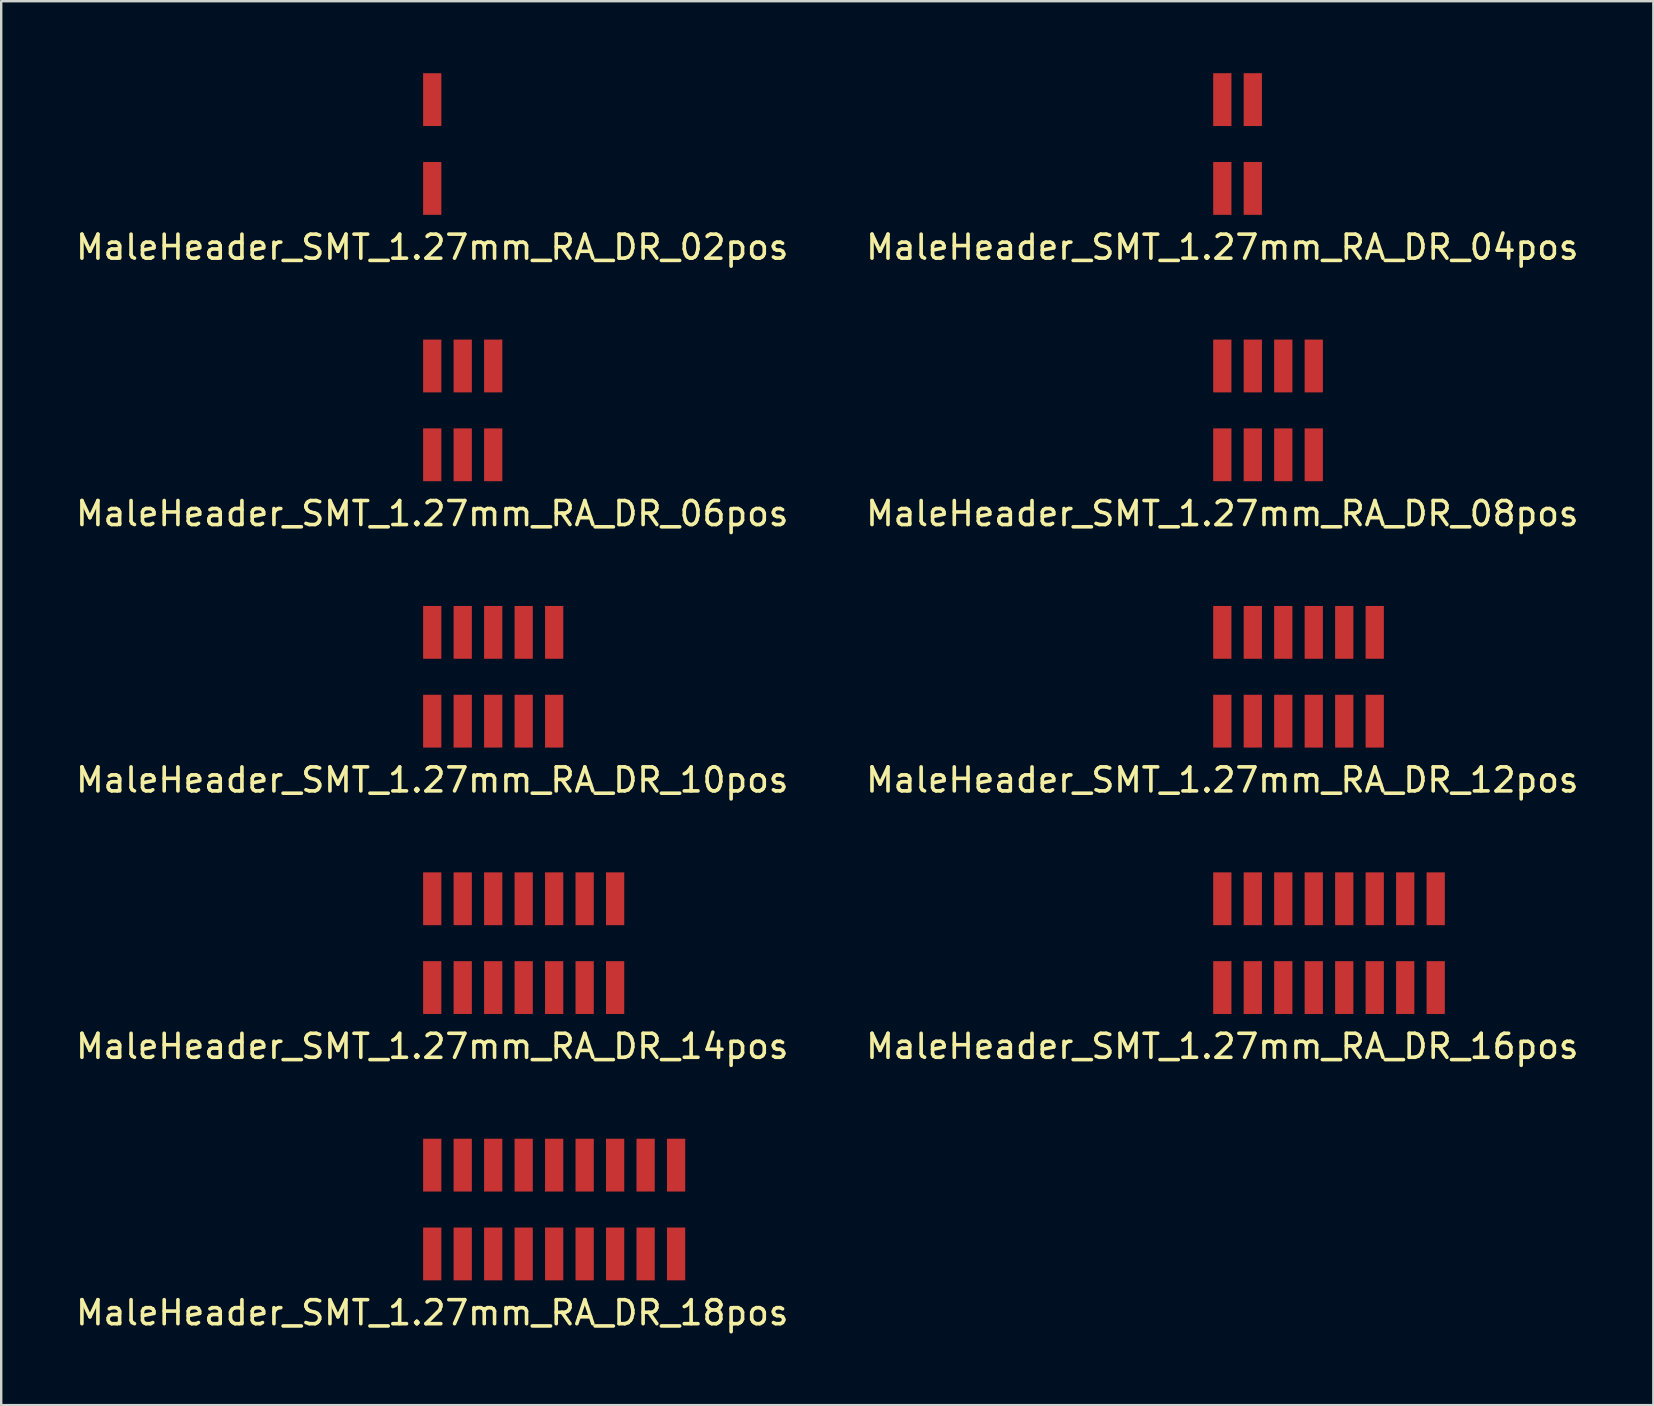
<source format=kicad_pcb>
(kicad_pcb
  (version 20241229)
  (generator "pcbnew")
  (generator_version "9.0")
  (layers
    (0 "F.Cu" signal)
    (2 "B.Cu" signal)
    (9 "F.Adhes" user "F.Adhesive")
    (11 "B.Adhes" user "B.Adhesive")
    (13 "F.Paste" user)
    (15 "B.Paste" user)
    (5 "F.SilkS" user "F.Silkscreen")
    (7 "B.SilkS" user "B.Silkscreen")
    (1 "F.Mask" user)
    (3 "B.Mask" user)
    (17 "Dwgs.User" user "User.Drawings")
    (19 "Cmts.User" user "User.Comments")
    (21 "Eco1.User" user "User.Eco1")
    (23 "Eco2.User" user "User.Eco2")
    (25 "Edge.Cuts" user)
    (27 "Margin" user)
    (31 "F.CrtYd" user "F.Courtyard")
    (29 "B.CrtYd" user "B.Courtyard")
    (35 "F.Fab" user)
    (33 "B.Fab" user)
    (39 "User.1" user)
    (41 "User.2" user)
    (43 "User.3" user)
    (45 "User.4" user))
  (footprint "MaleHeader_SMT_1.27mm_RA_DR_12pos"
    (layer "F.Cu")
    (at 47.875 25.146)
    (property "Reference" "MaleHeader_SMT_1.27mm_RA_DR_12pos" (at 0 4.3 0) (layer "F.SilkS") (effects (font (size 1 1) (thickness 0.15))))
    (attr through_hole)
    (pad "1" smd rect (at 0 -1.85) (size 0.76 2.2) (layers "F.Cu" "F.Mask" "F.Paste"))
    (pad "2" smd rect (at 0 1.85) (size 0.76 2.2) (layers "F.Cu" "F.Mask" "F.Paste"))
    (pad "3" smd rect (at 1.27 -1.85) (size 0.76 2.2) (layers "F.Cu" "F.Mask" "F.Paste"))
    (pad "4" smd rect (at 1.27 1.85) (size 0.76 2.2) (layers "F.Cu" "F.Mask" "F.Paste"))
    (pad "5" smd rect (at 2.54 -1.85) (size 0.76 2.2) (layers "F.Cu" "F.Mask" "F.Paste"))
    (pad "6" smd rect (at 2.54 1.85) (size 0.76 2.2) (layers "F.Cu" "F.Mask" "F.Paste"))
    (pad "7" smd rect (at 3.81 -1.85) (size 0.76 2.2) (layers "F.Cu" "F.Mask" "F.Paste"))
    (pad "8" smd rect (at 3.81 1.85) (size 0.76 2.2) (layers "F.Cu" "F.Mask" "F.Paste"))
    (pad "9" smd rect (at 5.08 -1.85) (size 0.76 2.2) (layers "F.Cu" "F.Mask" "F.Paste"))
    (pad "10" smd rect (at 5.08 1.85) (size 0.76 2.2) (layers "F.Cu" "F.Mask" "F.Paste"))
    (pad "11" smd rect (at 6.35 -1.85) (size 0.76 2.2) (layers "F.Cu" "F.Mask" "F.Paste"))
    (pad "12" smd rect (at 6.35 1.85) (size 0.76 2.2) (layers "F.Cu" "F.Mask" "F.Paste")))
  (footprint "MaleHeader_SMT_1.27mm_RA_DR_18pos"
    (layer "F.Cu")
    (at 14.958 47.343)
    (property "Reference" "MaleHeader_SMT_1.27mm_RA_DR_18pos" (at 0 4.3 0) (layer "F.SilkS") (effects (font (size 1 1) (thickness 0.15))))
    (attr through_hole)
    (pad "1" smd rect (at 0 -1.85) (size 0.76 2.2) (layers "F.Cu" "F.Mask" "F.Paste"))
    (pad "2" smd rect (at 0 1.85) (size 0.76 2.2) (layers "F.Cu" "F.Mask" "F.Paste"))
    (pad "3" smd rect (at 1.27 -1.85) (size 0.76 2.2) (layers "F.Cu" "F.Mask" "F.Paste"))
    (pad "4" smd rect (at 1.27 1.85) (size 0.76 2.2) (layers "F.Cu" "F.Mask" "F.Paste"))
    (pad "5" smd rect (at 2.54 -1.85) (size 0.76 2.2) (layers "F.Cu" "F.Mask" "F.Paste"))
    (pad "6" smd rect (at 2.54 1.85) (size 0.76 2.2) (layers "F.Cu" "F.Mask" "F.Paste"))
    (pad "7" smd rect (at 3.81 -1.85) (size 0.76 2.2) (layers "F.Cu" "F.Mask" "F.Paste"))
    (pad "8" smd rect (at 3.81 1.85) (size 0.76 2.2) (layers "F.Cu" "F.Mask" "F.Paste"))
    (pad "9" smd rect (at 5.08 -1.85) (size 0.76 2.2) (layers "F.Cu" "F.Mask" "F.Paste"))
    (pad "10" smd rect (at 5.08 1.85) (size 0.76 2.2) (layers "F.Cu" "F.Mask" "F.Paste"))
    (pad "11" smd rect (at 6.35 -1.85) (size 0.76 2.2) (layers "F.Cu" "F.Mask" "F.Paste"))
    (pad "12" smd rect (at 6.35 1.85) (size 0.76 2.2) (layers "F.Cu" "F.Mask" "F.Paste"))
    (pad "13" smd rect (at 7.62 -1.85) (size 0.76 2.2) (layers "F.Cu" "F.Mask" "F.Paste"))
    (pad "14" smd rect (at 7.62 1.85) (size 0.76 2.2) (layers "F.Cu" "F.Mask" "F.Paste"))
    (pad "15" smd rect (at 8.89 -1.85) (size 0.76 2.2) (layers "F.Cu" "F.Mask" "F.Paste"))
    (pad "16" smd rect (at 8.89 1.85) (size 0.76 2.2) (layers "F.Cu" "F.Mask" "F.Paste"))
    (pad "17" smd rect (at 10.16 -1.85) (size 0.76 2.2) (layers "F.Cu" "F.Mask" "F.Paste"))
    (pad "18" smd rect (at 10.16 1.85) (size 0.76 2.2) (layers "F.Cu" "F.Mask" "F.Paste")))
  (footprint "MaleHeader_SMT_1.27mm_RA_DR_16pos"
    (layer "F.Cu")
    (at 47.875 36.245)
    (property "Reference" "MaleHeader_SMT_1.27mm_RA_DR_16pos" (at 0 4.3 0) (layer "F.SilkS") (effects (font (size 1 1) (thickness 0.15))))
    (attr through_hole)
    (pad "1" smd rect (at 0 -1.85) (size 0.76 2.2) (layers "F.Cu" "F.Mask" "F.Paste"))
    (pad "2" smd rect (at 0 1.85) (size 0.76 2.2) (layers "F.Cu" "F.Mask" "F.Paste"))
    (pad "3" smd rect (at 1.27 -1.85) (size 0.76 2.2) (layers "F.Cu" "F.Mask" "F.Paste"))
    (pad "4" smd rect (at 1.27 1.85) (size 0.76 2.2) (layers "F.Cu" "F.Mask" "F.Paste"))
    (pad "5" smd rect (at 2.54 -1.85) (size 0.76 2.2) (layers "F.Cu" "F.Mask" "F.Paste"))
    (pad "6" smd rect (at 2.54 1.85) (size 0.76 2.2) (layers "F.Cu" "F.Mask" "F.Paste"))
    (pad "7" smd rect (at 3.81 -1.85) (size 0.76 2.2) (layers "F.Cu" "F.Mask" "F.Paste"))
    (pad "8" smd rect (at 3.81 1.85) (size 0.76 2.2) (layers "F.Cu" "F.Mask" "F.Paste"))
    (pad "9" smd rect (at 5.08 -1.85) (size 0.76 2.2) (layers "F.Cu" "F.Mask" "F.Paste"))
    (pad "10" smd rect (at 5.08 1.85) (size 0.76 2.2) (layers "F.Cu" "F.Mask" "F.Paste"))
    (pad "11" smd rect (at 6.35 -1.85) (size 0.76 2.2) (layers "F.Cu" "F.Mask" "F.Paste"))
    (pad "12" smd rect (at 6.35 1.85) (size 0.76 2.2) (layers "F.Cu" "F.Mask" "F.Paste"))
    (pad "13" smd rect (at 7.62 -1.85) (size 0.76 2.2) (layers "F.Cu" "F.Mask" "F.Paste"))
    (pad "14" smd rect (at 7.62 1.85) (size 0.76 2.2) (layers "F.Cu" "F.Mask" "F.Paste"))
    (pad "15" smd rect (at 8.89 -1.85) (size 0.76 2.2) (layers "F.Cu" "F.Mask" "F.Paste"))
    (pad "16" smd rect (at 8.89 1.85) (size 0.76 2.2) (layers "F.Cu" "F.Mask" "F.Paste")))
  (footprint "MaleHeader_SMT_1.27mm_RA_DR_10pos"
    (layer "F.Cu")
    (at 14.958 25.146)
    (property "Reference" "MaleHeader_SMT_1.27mm_RA_DR_10pos" (at 0 4.3 0) (layer "F.SilkS") (effects (font (size 1 1) (thickness 0.15))))
    (attr through_hole)
    (pad "1" smd rect (at 0 -1.85) (size 0.76 2.2) (layers "F.Cu" "F.Mask" "F.Paste"))
    (pad "2" smd rect (at 0 1.85) (size 0.76 2.2) (layers "F.Cu" "F.Mask" "F.Paste"))
    (pad "3" smd rect (at 1.27 -1.85) (size 0.76 2.2) (layers "F.Cu" "F.Mask" "F.Paste"))
    (pad "4" smd rect (at 1.27 1.85) (size 0.76 2.2) (layers "F.Cu" "F.Mask" "F.Paste"))
    (pad "5" smd rect (at 2.54 -1.85) (size 0.76 2.2) (layers "F.Cu" "F.Mask" "F.Paste"))
    (pad "6" smd rect (at 2.54 1.85) (size 0.76 2.2) (layers "F.Cu" "F.Mask" "F.Paste"))
    (pad "7" smd rect (at 3.81 -1.85) (size 0.76 2.2) (layers "F.Cu" "F.Mask" "F.Paste"))
    (pad "8" smd rect (at 3.81 1.85) (size 0.76 2.2) (layers "F.Cu" "F.Mask" "F.Paste"))
    (pad "9" smd rect (at 5.08 -1.85) (size 0.76 2.2) (layers "F.Cu" "F.Mask" "F.Paste"))
    (pad "10" smd rect (at 5.08 1.85) (size 0.76 2.2) (layers "F.Cu" "F.Mask" "F.Paste")))
  (footprint "MaleHeader_SMT_1.27mm_RA_DR_06pos"
    (layer "F.Cu")
    (at 14.958 14.048)
    (property "Reference" "MaleHeader_SMT_1.27mm_RA_DR_06pos" (at 0 4.3 0) (layer "F.SilkS") (effects (font (size 1 1) (thickness 0.15))))
    (attr through_hole)
    (pad "1" smd rect (at 0 -1.85) (size 0.76 2.2) (layers "F.Cu" "F.Mask" "F.Paste"))
    (pad "2" smd rect (at 0 1.85) (size 0.76 2.2) (layers "F.Cu" "F.Mask" "F.Paste"))
    (pad "3" smd rect (at 1.27 -1.85) (size 0.76 2.2) (layers "F.Cu" "F.Mask" "F.Paste"))
    (pad "4" smd rect (at 1.27 1.85) (size 0.76 2.2) (layers "F.Cu" "F.Mask" "F.Paste"))
    (pad "5" smd rect (at 2.54 -1.85) (size 0.76 2.2) (layers "F.Cu" "F.Mask" "F.Paste"))
    (pad "6" smd rect (at 2.54 1.85) (size 0.76 2.2) (layers "F.Cu" "F.Mask" "F.Paste")))
  (footprint "MaleHeader_SMT_1.27mm_RA_DR_08pos"
    (layer "F.Cu")
    (at 47.875 14.048)
    (property "Reference" "MaleHeader_SMT_1.27mm_RA_DR_08pos" (at 0 4.3 0) (layer "F.SilkS") (effects (font (size 1 1) (thickness 0.15))))
    (attr through_hole)
    (pad "1" smd rect (at 0 -1.85) (size 0.76 2.2) (layers "F.Cu" "F.Mask" "F.Paste"))
    (pad "2" smd rect (at 0 1.85) (size 0.76 2.2) (layers "F.Cu" "F.Mask" "F.Paste"))
    (pad "3" smd rect (at 1.27 -1.85) (size 0.76 2.2) (layers "F.Cu" "F.Mask" "F.Paste"))
    (pad "4" smd rect (at 1.27 1.85) (size 0.76 2.2) (layers "F.Cu" "F.Mask" "F.Paste"))
    (pad "5" smd rect (at 2.54 -1.85) (size 0.76 2.2) (layers "F.Cu" "F.Mask" "F.Paste"))
    (pad "6" smd rect (at 2.54 1.85) (size 0.76 2.2) (layers "F.Cu" "F.Mask" "F.Paste"))
    (pad "7" smd rect (at 3.81 -1.85) (size 0.76 2.2) (layers "F.Cu" "F.Mask" "F.Paste"))
    (pad "8" smd rect (at 3.81 1.85) (size 0.76 2.2) (layers "F.Cu" "F.Mask" "F.Paste")))
  (footprint "MaleHeader_SMT_1.27mm_RA_DR_14pos"
    (layer "F.Cu")
    (at 14.958 36.245)
    (property "Reference" "MaleHeader_SMT_1.27mm_RA_DR_14pos" (at 0 4.3 0) (layer "F.SilkS") (effects (font (size 1 1) (thickness 0.15))))
    (attr through_hole)
    (pad "1" smd rect (at 0 -1.85) (size 0.76 2.2) (layers "F.Cu" "F.Mask" "F.Paste"))
    (pad "2" smd rect (at 0 1.85) (size 0.76 2.2) (layers "F.Cu" "F.Mask" "F.Paste"))
    (pad "3" smd rect (at 1.27 -1.85) (size 0.76 2.2) (layers "F.Cu" "F.Mask" "F.Paste"))
    (pad "4" smd rect (at 1.27 1.85) (size 0.76 2.2) (layers "F.Cu" "F.Mask" "F.Paste"))
    (pad "5" smd rect (at 2.54 -1.85) (size 0.76 2.2) (layers "F.Cu" "F.Mask" "F.Paste"))
    (pad "6" smd rect (at 2.54 1.85) (size 0.76 2.2) (layers "F.Cu" "F.Mask" "F.Paste"))
    (pad "7" smd rect (at 3.81 -1.85) (size 0.76 2.2) (layers "F.Cu" "F.Mask" "F.Paste"))
    (pad "8" smd rect (at 3.81 1.85) (size 0.76 2.2) (layers "F.Cu" "F.Mask" "F.Paste"))
    (pad "9" smd rect (at 5.08 -1.85) (size 0.76 2.2) (layers "F.Cu" "F.Mask" "F.Paste"))
    (pad "10" smd rect (at 5.08 1.85) (size 0.76 2.2) (layers "F.Cu" "F.Mask" "F.Paste"))
    (pad "11" smd rect (at 6.35 -1.85) (size 0.76 2.2) (layers "F.Cu" "F.Mask" "F.Paste"))
    (pad "12" smd rect (at 6.35 1.85) (size 0.76 2.2) (layers "F.Cu" "F.Mask" "F.Paste"))
    (pad "13" smd rect (at 7.62 -1.85) (size 0.76 2.2) (layers "F.Cu" "F.Mask" "F.Paste"))
    (pad "14" smd rect (at 7.62 1.85) (size 0.76 2.2) (layers "F.Cu" "F.Mask" "F.Paste")))
  (footprint "MaleHeader_SMT_1.27mm_RA_DR_02pos"
    (layer "F.Cu")
    (at 14.958 2.95)
    (property "Reference" "MaleHeader_SMT_1.27mm_RA_DR_02pos" (at 0 4.3 0) (layer "F.SilkS") (effects (font (size 1 1) (thickness 0.15))))
    (attr through_hole)
    (pad "1" smd rect (at 0 -1.85) (size 0.76 2.2) (layers "F.Cu" "F.Mask" "F.Paste"))
    (pad "2" smd rect (at 0 1.85) (size 0.76 2.2) (layers "F.Cu" "F.Mask" "F.Paste")))
  (footprint "MaleHeader_SMT_1.27mm_RA_DR_04pos"
    (layer "F.Cu")
    (at 47.875 2.95)
    (property "Reference" "MaleHeader_SMT_1.27mm_RA_DR_04pos" (at 0 4.3 0) (layer "F.SilkS") (effects (font (size 1 1) (thickness 0.15))))
    (attr through_hole)
    (pad "1" smd rect (at 0 -1.85) (size 0.76 2.2) (layers "F.Cu" "F.Mask" "F.Paste"))
    (pad "2" smd rect (at 0 1.85) (size 0.76 2.2) (layers "F.Cu" "F.Mask" "F.Paste"))
    (pad "3" smd rect (at 1.27 -1.85) (size 0.76 2.2) (layers "F.Cu" "F.Mask" "F.Paste"))
    (pad "4" smd rect (at 1.27 1.85) (size 0.76 2.2) (layers "F.Cu" "F.Mask" "F.Paste")))
  (gr_rect
    (start -3 -3)
    (end 65.833 55.491)
    (stroke (width 0.1) (type default))
    (fill no)
    (layer "Edge.Cuts")))
</source>
